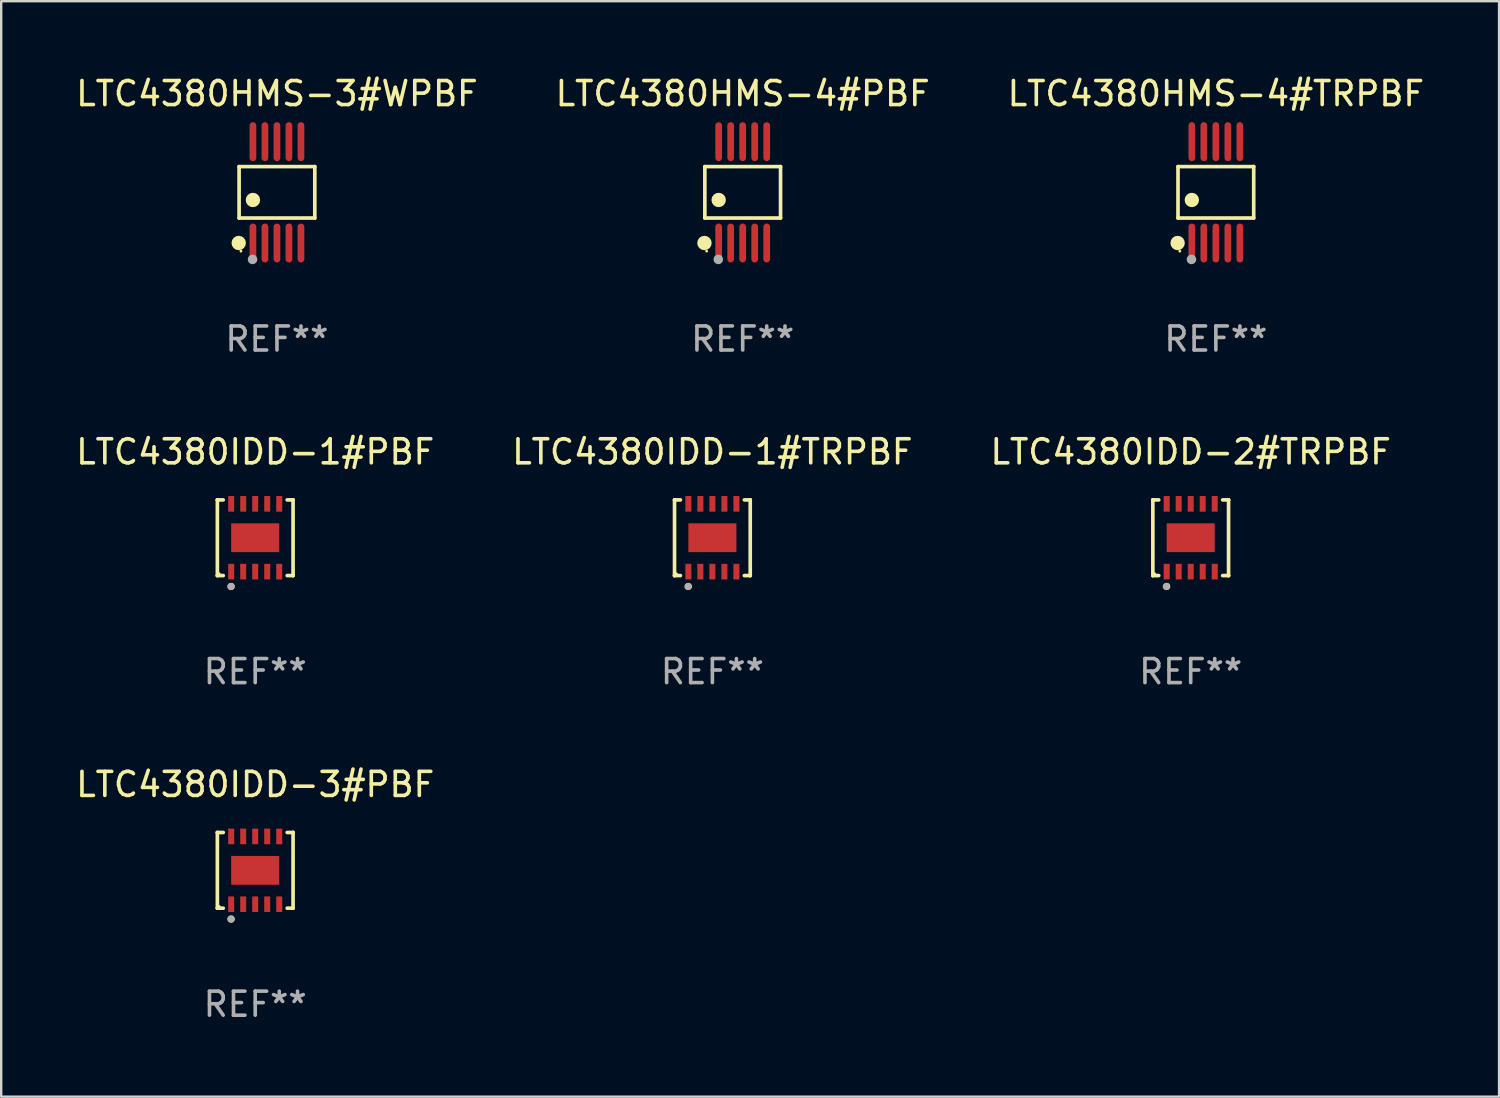
<source format=kicad_pcb>
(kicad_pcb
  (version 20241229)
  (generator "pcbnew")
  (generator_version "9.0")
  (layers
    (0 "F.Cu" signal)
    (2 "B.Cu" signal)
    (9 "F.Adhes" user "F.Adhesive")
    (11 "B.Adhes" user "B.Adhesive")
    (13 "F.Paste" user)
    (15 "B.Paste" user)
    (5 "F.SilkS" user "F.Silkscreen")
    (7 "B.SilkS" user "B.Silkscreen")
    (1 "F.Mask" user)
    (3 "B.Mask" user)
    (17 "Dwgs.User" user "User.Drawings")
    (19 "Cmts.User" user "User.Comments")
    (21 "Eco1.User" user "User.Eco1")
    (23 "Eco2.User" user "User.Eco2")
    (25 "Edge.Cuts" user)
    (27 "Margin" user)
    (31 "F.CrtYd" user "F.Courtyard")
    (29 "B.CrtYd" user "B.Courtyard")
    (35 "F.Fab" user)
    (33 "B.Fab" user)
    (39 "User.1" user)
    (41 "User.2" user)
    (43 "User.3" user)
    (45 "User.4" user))
  (footprint "LTC4380IDD-1#PBF"
    (layer "F.Cu")
    (at 7.577 19.341)
    (property "Reference" "LTC4380IDD-1#PBF" (at 0 -3.576 0) (layer "F.SilkS") (effects (font (size 1 1) (thickness 0.15))))
    (attr through_hole)
    (fp_line (start -1.576 -1.576) (end -1.576 -1.576) (stroke (width 0.152) (type solid)) (layer "F.SilkS"))
    (fp_line (start -1.576 -1.576) (end -1.331 -1.576) (stroke (width 0.152) (type solid)) (layer "F.SilkS"))
    (fp_line (start -1.576 1.576) (end -1.576 -1.576) (stroke (width 0.152) (type solid)) (layer "F.SilkS"))
    (fp_line (start -1.576 1.576) (end -1.576 1.576) (stroke (width 0.152) (type solid)) (layer "F.SilkS"))
    (fp_line (start -1.331 1.576) (end -1.576 1.576) (stroke (width 0.152) (type solid)) (layer "F.SilkS"))
    (fp_line (start 1.331 1.576) (end 1.576 1.576) (stroke (width 0.152) (type solid)) (layer "F.SilkS"))
    (fp_line (start 1.576 -1.576) (end 1.331 -1.576) (stroke (width 0.152) (type solid)) (layer "F.SilkS"))
    (fp_line (start 1.576 -1.576) (end 1.576 -1.576) (stroke (width 0.152) (type solid)) (layer "F.SilkS"))
    (fp_line (start 1.576 1.576) (end 1.576 -1.576) (stroke (width 0.152) (type solid)) (layer "F.SilkS"))
    (fp_line (start 1.576 1.576) (end 1.576 1.576) (stroke (width 0.152) (type solid)) (layer "F.SilkS"))
    (fp_circle (center -1.5 1.5) (end -1.47 1.5) (stroke (width 0.06) (type solid)) (fill no) (layer "F.SilkS"))
    (fp_circle (center -1 2.028) (end -0.925 2.028) (stroke (width 0.15) (type solid)) (fill no) (layer "F.SilkS"))
    (fp_circle (center -1.016 2.032) (end -0.941 2.032) (stroke (width 0.15) (type solid)) (fill no) (layer "F.Fab"))
    (fp_text user "REF**" (at 0 5.576 0) (layer "F.Fab") (effects (font (size 1 1) (thickness 0.15))))
    (pad "1" smd rect (at -1 1.411) (size 0.25 0.65) (layers "F.Cu" "F.Mask" "F.Paste"))
    (pad "2" smd rect (at -0.5 1.411) (size 0.25 0.65) (layers "F.Cu" "F.Mask" "F.Paste"))
    (pad "3" smd rect (at 0 1.411) (size 0.25 0.65) (layers "F.Cu" "F.Mask" "F.Paste"))
    (pad "4" smd rect (at 0.5 1.411) (size 0.25 0.65) (layers "F.Cu" "F.Mask" "F.Paste"))
    (pad "5" smd rect (at 1 1.411) (size 0.25 0.65) (layers "F.Cu" "F.Mask" "F.Paste"))
    (pad "6" smd rect (at 1 -1.411) (size 0.25 0.65) (layers "F.Cu" "F.Mask" "F.Paste"))
    (pad "7" smd rect (at 0.5 -1.411) (size 0.25 0.65) (layers "F.Cu" "F.Mask" "F.Paste"))
    (pad "8" smd rect (at 0 -1.411) (size 0.25 0.65) (layers "F.Cu" "F.Mask" "F.Paste"))
    (pad "9" smd rect (at -0.5 -1.411) (size 0.25 0.65) (layers "F.Cu" "F.Mask" "F.Paste"))
    (pad "10" smd rect (at -1 -1.411) (size 0.25 0.65) (layers "F.Cu" "F.Mask" "F.Paste"))
    (pad "11" smd rect (at 0 0) (size 2 1.2) (layers "F.Cu" "F.Mask" "F.Paste")))
  (footprint "LTC4380IDD-2#TRPBF"
    (layer "F.Cu")
    (at 46.53 19.341)
    (property "Reference" "LTC4380IDD-2#TRPBF" (at 0 -3.576 0) (layer "F.SilkS") (effects (font (size 1 1) (thickness 0.15))))
    (attr through_hole)
    (fp_line (start -1.576 -1.576) (end -1.576 -1.576) (stroke (width 0.152) (type solid)) (layer "F.SilkS"))
    (fp_line (start -1.576 -1.576) (end -1.331 -1.576) (stroke (width 0.152) (type solid)) (layer "F.SilkS"))
    (fp_line (start -1.576 1.576) (end -1.576 -1.576) (stroke (width 0.152) (type solid)) (layer "F.SilkS"))
    (fp_line (start -1.576 1.576) (end -1.576 1.576) (stroke (width 0.152) (type solid)) (layer "F.SilkS"))
    (fp_line (start -1.331 1.576) (end -1.576 1.576) (stroke (width 0.152) (type solid)) (layer "F.SilkS"))
    (fp_line (start 1.331 1.576) (end 1.576 1.576) (stroke (width 0.152) (type solid)) (layer "F.SilkS"))
    (fp_line (start 1.576 -1.576) (end 1.331 -1.576) (stroke (width 0.152) (type solid)) (layer "F.SilkS"))
    (fp_line (start 1.576 -1.576) (end 1.576 -1.576) (stroke (width 0.152) (type solid)) (layer "F.SilkS"))
    (fp_line (start 1.576 1.576) (end 1.576 -1.576) (stroke (width 0.152) (type solid)) (layer "F.SilkS"))
    (fp_line (start 1.576 1.576) (end 1.576 1.576) (stroke (width 0.152) (type solid)) (layer "F.SilkS"))
    (fp_circle (center -1.5 1.5) (end -1.47 1.5) (stroke (width 0.06) (type solid)) (fill no) (layer "F.SilkS"))
    (fp_circle (center -1 2.028) (end -0.925 2.028) (stroke (width 0.15) (type solid)) (fill no) (layer "F.SilkS"))
    (fp_circle (center -1.016 2.032) (end -0.941 2.032) (stroke (width 0.15) (type solid)) (fill no) (layer "F.Fab"))
    (fp_text user "REF**" (at 0 5.576 0) (layer "F.Fab") (effects (font (size 1 1) (thickness 0.15))))
    (pad "1" smd rect (at -1 1.411) (size 0.25 0.65) (layers "F.Cu" "F.Mask" "F.Paste"))
    (pad "2" smd rect (at -0.5 1.411) (size 0.25 0.65) (layers "F.Cu" "F.Mask" "F.Paste"))
    (pad "3" smd rect (at 0 1.411) (size 0.25 0.65) (layers "F.Cu" "F.Mask" "F.Paste"))
    (pad "4" smd rect (at 0.5 1.411) (size 0.25 0.65) (layers "F.Cu" "F.Mask" "F.Paste"))
    (pad "5" smd rect (at 1 1.411) (size 0.25 0.65) (layers "F.Cu" "F.Mask" "F.Paste"))
    (pad "6" smd rect (at 1 -1.411) (size 0.25 0.65) (layers "F.Cu" "F.Mask" "F.Paste"))
    (pad "7" smd rect (at 0.5 -1.411) (size 0.25 0.65) (layers "F.Cu" "F.Mask" "F.Paste"))
    (pad "8" smd rect (at 0 -1.411) (size 0.25 0.65) (layers "F.Cu" "F.Mask" "F.Paste"))
    (pad "9" smd rect (at -0.5 -1.411) (size 0.25 0.65) (layers "F.Cu" "F.Mask" "F.Paste"))
    (pad "10" smd rect (at -1 -1.411) (size 0.25 0.65) (layers "F.Cu" "F.Mask" "F.Paste"))
    (pad "11" smd rect (at 0 0) (size 2 1.2) (layers "F.Cu" "F.Mask" "F.Paste")))
  (footprint "LTC4380HMS-4#TRPBF"
    (layer "F.Cu")
    (at 47.577 4.958)
    (property "Reference" "LTC4380HMS-4#TRPBF" (at 0 -4.11 0) (layer "F.SilkS") (effects (font (size 1 1) (thickness 0.15))))
    (attr through_hole)
    (fp_line (start -1.576 -1.071) (end 1.576 -1.071) (stroke (width 0.152) (type solid)) (layer "F.SilkS"))
    (fp_line (start -1.576 1.071) (end -1.576 -1.071) (stroke (width 0.152) (type solid)) (layer "F.SilkS"))
    (fp_line (start 1.576 -1.071) (end 1.576 1.071) (stroke (width 0.152) (type solid)) (layer "F.SilkS"))
    (fp_line (start 1.576 1.071) (end -1.576 1.071) (stroke (width 0.152) (type solid)) (layer "F.SilkS"))
    (fp_circle (center -1.592 2.11) (end -1.442 2.11) (stroke (width 0.3) (type solid)) (fill no) (layer "F.SilkS"))
    (fp_circle (center -1.5 2.45) (end -1.47 2.45) (stroke (width 0.06) (type solid)) (fill no) (layer "F.SilkS"))
    (fp_circle (center -1 0.319) (end -0.85 0.319) (stroke (width 0.3) (type solid)) (fill no) (layer "F.SilkS"))
    (fp_circle (center -1.016 2.794) (end -0.916 2.794) (stroke (width 0.2) (type solid)) (fill no) (layer "F.Fab"))
    (fp_text user "REF**" (at 0 6.11 0) (layer "F.Fab") (effects (font (size 1 1) (thickness 0.15))))
    (pad "1" smd oval (at -1 2.11) (size 0.28 1.62) (layers "F.Cu" "F.Mask" "F.Paste"))
    (pad "2" smd oval (at -0.5 2.11) (size 0.28 1.62) (layers "F.Cu" "F.Mask" "F.Paste"))
    (pad "3" smd oval (at 0 2.11) (size 0.28 1.62) (layers "F.Cu" "F.Mask" "F.Paste"))
    (pad "4" smd oval (at 0.5 2.11) (size 0.28 1.62) (layers "F.Cu" "F.Mask" "F.Paste"))
    (pad "5" smd oval (at 1 2.11) (size 0.28 1.62) (layers "F.Cu" "F.Mask" "F.Paste"))
    (pad "6" smd oval (at 1 -2.11) (size 0.28 1.62) (layers "F.Cu" "F.Mask" "F.Paste"))
    (pad "7" smd oval (at 0.5 -2.11) (size 0.28 1.62) (layers "F.Cu" "F.Mask" "F.Paste"))
    (pad "8" smd oval (at 0 -2.11) (size 0.28 1.62) (layers "F.Cu" "F.Mask" "F.Paste"))
    (pad "9" smd oval (at -0.5 -2.11) (size 0.28 1.62) (layers "F.Cu" "F.Mask" "F.Paste"))
    (pad "10" smd oval (at -1 -2.11) (size 0.28 1.62) (layers "F.Cu" "F.Mask" "F.Paste")))
  (footprint "LTC4380IDD-3#PBF"
    (layer "F.Cu")
    (at 7.577 33.19)
    (property "Reference" "LTC4380IDD-3#PBF" (at 0 -3.576 0) (layer "F.SilkS") (effects (font (size 1 1) (thickness 0.15))))
    (attr through_hole)
    (fp_line (start -1.576 -1.576) (end -1.576 -1.576) (stroke (width 0.152) (type solid)) (layer "F.SilkS"))
    (fp_line (start -1.576 -1.576) (end -1.331 -1.576) (stroke (width 0.152) (type solid)) (layer "F.SilkS"))
    (fp_line (start -1.576 1.576) (end -1.576 -1.576) (stroke (width 0.152) (type solid)) (layer "F.SilkS"))
    (fp_line (start -1.576 1.576) (end -1.576 1.576) (stroke (width 0.152) (type solid)) (layer "F.SilkS"))
    (fp_line (start -1.331 1.576) (end -1.576 1.576) (stroke (width 0.152) (type solid)) (layer "F.SilkS"))
    (fp_line (start 1.331 1.576) (end 1.576 1.576) (stroke (width 0.152) (type solid)) (layer "F.SilkS"))
    (fp_line (start 1.576 -1.576) (end 1.331 -1.576) (stroke (width 0.152) (type solid)) (layer "F.SilkS"))
    (fp_line (start 1.576 -1.576) (end 1.576 -1.576) (stroke (width 0.152) (type solid)) (layer "F.SilkS"))
    (fp_line (start 1.576 1.576) (end 1.576 -1.576) (stroke (width 0.152) (type solid)) (layer "F.SilkS"))
    (fp_line (start 1.576 1.576) (end 1.576 1.576) (stroke (width 0.152) (type solid)) (layer "F.SilkS"))
    (fp_circle (center -1.5 1.5) (end -1.47 1.5) (stroke (width 0.06) (type solid)) (fill no) (layer "F.SilkS"))
    (fp_circle (center -1 2.028) (end -0.925 2.028) (stroke (width 0.15) (type solid)) (fill no) (layer "F.SilkS"))
    (fp_circle (center -1.016 2.032) (end -0.941 2.032) (stroke (width 0.15) (type solid)) (fill no) (layer "F.Fab"))
    (fp_text user "REF**" (at 0 5.576 0) (layer "F.Fab") (effects (font (size 1 1) (thickness 0.15))))
    (pad "1" smd rect (at -1 1.411) (size 0.25 0.65) (layers "F.Cu" "F.Mask" "F.Paste"))
    (pad "2" smd rect (at -0.5 1.411) (size 0.25 0.65) (layers "F.Cu" "F.Mask" "F.Paste"))
    (pad "3" smd rect (at 0 1.411) (size 0.25 0.65) (layers "F.Cu" "F.Mask" "F.Paste"))
    (pad "4" smd rect (at 0.5 1.411) (size 0.25 0.65) (layers "F.Cu" "F.Mask" "F.Paste"))
    (pad "5" smd rect (at 1 1.411) (size 0.25 0.65) (layers "F.Cu" "F.Mask" "F.Paste"))
    (pad "6" smd rect (at 1 -1.411) (size 0.25 0.65) (layers "F.Cu" "F.Mask" "F.Paste"))
    (pad "7" smd rect (at 0.5 -1.411) (size 0.25 0.65) (layers "F.Cu" "F.Mask" "F.Paste"))
    (pad "8" smd rect (at 0 -1.411) (size 0.25 0.65) (layers "F.Cu" "F.Mask" "F.Paste"))
    (pad "9" smd rect (at -0.5 -1.411) (size 0.25 0.65) (layers "F.Cu" "F.Mask" "F.Paste"))
    (pad "10" smd rect (at -1 -1.411) (size 0.25 0.65) (layers "F.Cu" "F.Mask" "F.Paste"))
    (pad "11" smd rect (at 0 0) (size 2 1.2) (layers "F.Cu" "F.Mask" "F.Paste")))
  (footprint "LTC4380HMS-3#WPBF"
    (layer "F.Cu")
    (at 8.482 4.958)
    (property "Reference" "LTC4380HMS-3#WPBF" (at 0 -4.11 0) (layer "F.SilkS") (effects (font (size 1 1) (thickness 0.15))))
    (attr through_hole)
    (fp_line (start -1.576 -1.071) (end 1.576 -1.071) (stroke (width 0.152) (type solid)) (layer "F.SilkS"))
    (fp_line (start -1.576 1.071) (end -1.576 -1.071) (stroke (width 0.152) (type solid)) (layer "F.SilkS"))
    (fp_line (start 1.576 -1.071) (end 1.576 1.071) (stroke (width 0.152) (type solid)) (layer "F.SilkS"))
    (fp_line (start 1.576 1.071) (end -1.576 1.071) (stroke (width 0.152) (type solid)) (layer "F.SilkS"))
    (fp_circle (center -1.592 2.11) (end -1.442 2.11) (stroke (width 0.3) (type solid)) (fill no) (layer "F.SilkS"))
    (fp_circle (center -1.5 2.45) (end -1.47 2.45) (stroke (width 0.06) (type solid)) (fill no) (layer "F.SilkS"))
    (fp_circle (center -1 0.319) (end -0.85 0.319) (stroke (width 0.3) (type solid)) (fill no) (layer "F.SilkS"))
    (fp_circle (center -1.016 2.794) (end -0.916 2.794) (stroke (width 0.2) (type solid)) (fill no) (layer "F.Fab"))
    (fp_text user "REF**" (at 0 6.11 0) (layer "F.Fab") (effects (font (size 1 1) (thickness 0.15))))
    (pad "1" smd oval (at -1 2.11) (size 0.28 1.62) (layers "F.Cu" "F.Mask" "F.Paste"))
    (pad "2" smd oval (at -0.5 2.11) (size 0.28 1.62) (layers "F.Cu" "F.Mask" "F.Paste"))
    (pad "3" smd oval (at 0 2.11) (size 0.28 1.62) (layers "F.Cu" "F.Mask" "F.Paste"))
    (pad "4" smd oval (at 0.5 2.11) (size 0.28 1.62) (layers "F.Cu" "F.Mask" "F.Paste"))
    (pad "5" smd oval (at 1 2.11) (size 0.28 1.62) (layers "F.Cu" "F.Mask" "F.Paste"))
    (pad "6" smd oval (at 1 -2.11) (size 0.28 1.62) (layers "F.Cu" "F.Mask" "F.Paste"))
    (pad "7" smd oval (at 0.5 -2.11) (size 0.28 1.62) (layers "F.Cu" "F.Mask" "F.Paste"))
    (pad "8" smd oval (at 0 -2.11) (size 0.28 1.62) (layers "F.Cu" "F.Mask" "F.Paste"))
    (pad "9" smd oval (at -0.5 -2.11) (size 0.28 1.62) (layers "F.Cu" "F.Mask" "F.Paste"))
    (pad "10" smd oval (at -1 -2.11) (size 0.28 1.62) (layers "F.Cu" "F.Mask" "F.Paste")))
  (footprint "LTC4380HMS-4#PBF"
    (layer "F.Cu")
    (at 27.875 4.958)
    (property "Reference" "LTC4380HMS-4#PBF" (at 0 -4.11 0) (layer "F.SilkS") (effects (font (size 1 1) (thickness 0.15))))
    (attr through_hole)
    (fp_line (start -1.576 -1.071) (end 1.576 -1.071) (stroke (width 0.152) (type solid)) (layer "F.SilkS"))
    (fp_line (start -1.576 1.071) (end -1.576 -1.071) (stroke (width 0.152) (type solid)) (layer "F.SilkS"))
    (fp_line (start 1.576 -1.071) (end 1.576 1.071) (stroke (width 0.152) (type solid)) (layer "F.SilkS"))
    (fp_line (start 1.576 1.071) (end -1.576 1.071) (stroke (width 0.152) (type solid)) (layer "F.SilkS"))
    (fp_circle (center -1.592 2.11) (end -1.442 2.11) (stroke (width 0.3) (type solid)) (fill no) (layer "F.SilkS"))
    (fp_circle (center -1.5 2.45) (end -1.47 2.45) (stroke (width 0.06) (type solid)) (fill no) (layer "F.SilkS"))
    (fp_circle (center -1 0.319) (end -0.85 0.319) (stroke (width 0.3) (type solid)) (fill no) (layer "F.SilkS"))
    (fp_circle (center -1.016 2.794) (end -0.916 2.794) (stroke (width 0.2) (type solid)) (fill no) (layer "F.Fab"))
    (fp_text user "REF**" (at 0 6.11 0) (layer "F.Fab") (effects (font (size 1 1) (thickness 0.15))))
    (pad "1" smd oval (at -1 2.11) (size 0.28 1.62) (layers "F.Cu" "F.Mask" "F.Paste"))
    (pad "2" smd oval (at -0.5 2.11) (size 0.28 1.62) (layers "F.Cu" "F.Mask" "F.Paste"))
    (pad "3" smd oval (at 0 2.11) (size 0.28 1.62) (layers "F.Cu" "F.Mask" "F.Paste"))
    (pad "4" smd oval (at 0.5 2.11) (size 0.28 1.62) (layers "F.Cu" "F.Mask" "F.Paste"))
    (pad "5" smd oval (at 1 2.11) (size 0.28 1.62) (layers "F.Cu" "F.Mask" "F.Paste"))
    (pad "6" smd oval (at 1 -2.11) (size 0.28 1.62) (layers "F.Cu" "F.Mask" "F.Paste"))
    (pad "7" smd oval (at 0.5 -2.11) (size 0.28 1.62) (layers "F.Cu" "F.Mask" "F.Paste"))
    (pad "8" smd oval (at 0 -2.11) (size 0.28 1.62) (layers "F.Cu" "F.Mask" "F.Paste"))
    (pad "9" smd oval (at -0.5 -2.11) (size 0.28 1.62) (layers "F.Cu" "F.Mask" "F.Paste"))
    (pad "10" smd oval (at -1 -2.11) (size 0.28 1.62) (layers "F.Cu" "F.Mask" "F.Paste")))
  (footprint "LTC4380IDD-1#TRPBF"
    (layer "F.Cu")
    (at 26.613 19.341)
    (property "Reference" "LTC4380IDD-1#TRPBF" (at 0 -3.576 0) (layer "F.SilkS") (effects (font (size 1 1) (thickness 0.15))))
    (attr through_hole)
    (fp_line (start -1.576 -1.576) (end -1.576 -1.576) (stroke (width 0.152) (type solid)) (layer "F.SilkS"))
    (fp_line (start -1.576 -1.576) (end -1.331 -1.576) (stroke (width 0.152) (type solid)) (layer "F.SilkS"))
    (fp_line (start -1.576 1.576) (end -1.576 -1.576) (stroke (width 0.152) (type solid)) (layer "F.SilkS"))
    (fp_line (start -1.576 1.576) (end -1.576 1.576) (stroke (width 0.152) (type solid)) (layer "F.SilkS"))
    (fp_line (start -1.331 1.576) (end -1.576 1.576) (stroke (width 0.152) (type solid)) (layer "F.SilkS"))
    (fp_line (start 1.331 1.576) (end 1.576 1.576) (stroke (width 0.152) (type solid)) (layer "F.SilkS"))
    (fp_line (start 1.576 -1.576) (end 1.331 -1.576) (stroke (width 0.152) (type solid)) (layer "F.SilkS"))
    (fp_line (start 1.576 -1.576) (end 1.576 -1.576) (stroke (width 0.152) (type solid)) (layer "F.SilkS"))
    (fp_line (start 1.576 1.576) (end 1.576 -1.576) (stroke (width 0.152) (type solid)) (layer "F.SilkS"))
    (fp_line (start 1.576 1.576) (end 1.576 1.576) (stroke (width 0.152) (type solid)) (layer "F.SilkS"))
    (fp_circle (center -1.5 1.5) (end -1.47 1.5) (stroke (width 0.06) (type solid)) (fill no) (layer "F.SilkS"))
    (fp_circle (center -1 2.028) (end -0.925 2.028) (stroke (width 0.15) (type solid)) (fill no) (layer "F.SilkS"))
    (fp_circle (center -1.016 2.032) (end -0.941 2.032) (stroke (width 0.15) (type solid)) (fill no) (layer "F.Fab"))
    (fp_text user "REF**" (at 0 5.576 0) (layer "F.Fab") (effects (font (size 1 1) (thickness 0.15))))
    (pad "1" smd rect (at -1 1.411) (size 0.25 0.65) (layers "F.Cu" "F.Mask" "F.Paste"))
    (pad "2" smd rect (at -0.5 1.411) (size 0.25 0.65) (layers "F.Cu" "F.Mask" "F.Paste"))
    (pad "3" smd rect (at 0 1.411) (size 0.25 0.65) (layers "F.Cu" "F.Mask" "F.Paste"))
    (pad "4" smd rect (at 0.5 1.411) (size 0.25 0.65) (layers "F.Cu" "F.Mask" "F.Paste"))
    (pad "5" smd rect (at 1 1.411) (size 0.25 0.65) (layers "F.Cu" "F.Mask" "F.Paste"))
    (pad "6" smd rect (at 1 -1.411) (size 0.25 0.65) (layers "F.Cu" "F.Mask" "F.Paste"))
    (pad "7" smd rect (at 0.5 -1.411) (size 0.25 0.65) (layers "F.Cu" "F.Mask" "F.Paste"))
    (pad "8" smd rect (at 0 -1.411) (size 0.25 0.65) (layers "F.Cu" "F.Mask" "F.Paste"))
    (pad "9" smd rect (at -0.5 -1.411) (size 0.25 0.65) (layers "F.Cu" "F.Mask" "F.Paste"))
    (pad "10" smd rect (at -1 -1.411) (size 0.25 0.65) (layers "F.Cu" "F.Mask" "F.Paste"))
    (pad "11" smd rect (at 0 0) (size 2 1.2) (layers "F.Cu" "F.Mask" "F.Paste")))
  (gr_rect
    (start -3 -3)
    (end 59.369 42.614)
    (stroke (width 0.1) (type default))
    (fill no)
    (layer "Edge.Cuts")))
</source>
